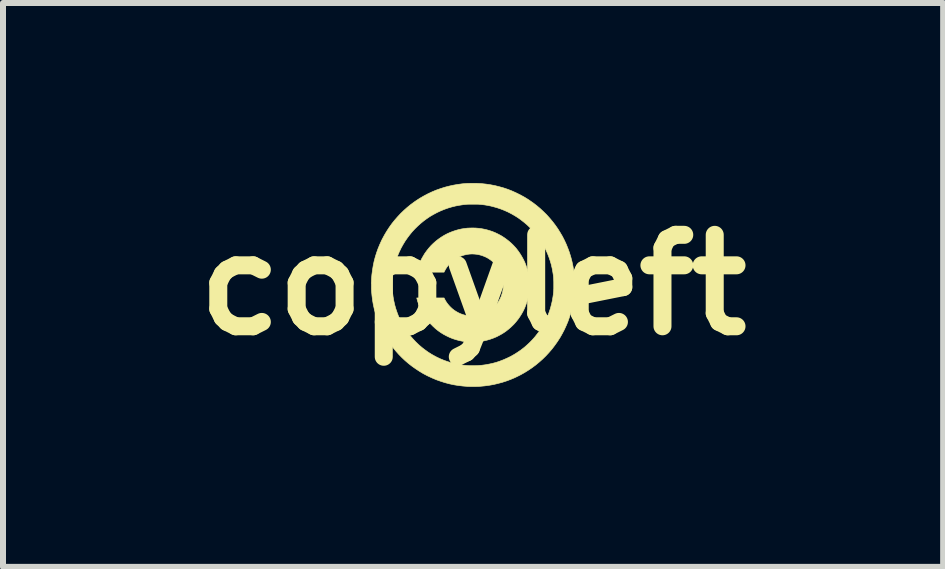
<source format=kicad_pcb>
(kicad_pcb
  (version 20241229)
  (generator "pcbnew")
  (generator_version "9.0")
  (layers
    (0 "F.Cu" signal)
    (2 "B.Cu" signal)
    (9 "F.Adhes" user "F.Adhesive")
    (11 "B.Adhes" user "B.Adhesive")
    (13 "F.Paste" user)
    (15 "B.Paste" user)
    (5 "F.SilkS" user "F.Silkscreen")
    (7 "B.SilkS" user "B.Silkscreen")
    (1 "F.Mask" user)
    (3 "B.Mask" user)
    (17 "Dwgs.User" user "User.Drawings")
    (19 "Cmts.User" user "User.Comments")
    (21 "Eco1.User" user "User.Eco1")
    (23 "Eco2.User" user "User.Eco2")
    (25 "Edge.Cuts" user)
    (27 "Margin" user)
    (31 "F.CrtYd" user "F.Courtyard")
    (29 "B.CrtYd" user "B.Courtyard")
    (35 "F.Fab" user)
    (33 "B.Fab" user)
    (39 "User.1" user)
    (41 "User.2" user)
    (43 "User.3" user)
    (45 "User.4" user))
  (footprint "copyleft"
    (layer "F.Cu")
    (at 4.833 1.698)
    (property "Reference" "copyleft" (at 0 0 0) (layer "F.SilkS") (effects (font (size 1.524 1.524) (thickness 0.3))))
    (attr through_hole)
    (fp_poly (pts (xy 0.039 -0.948) (xy 0.088 -0.944) (xy 0.136 -0.938) (xy 0.184 -0.929) (xy 0.231 -0.918) (xy 0.263 -0.909) (xy 0.316 -0.892) (xy 0.368 -0.871) (xy 0.418 -0.847) (xy 0.467 -0.821) (xy 0.513 -0.792) (xy 0.558 -0.76) (xy 0.601 -0.726) (xy 0.642 -0.69) (xy 0.681 -0.651) (xy 0.718 -0.61) (xy 0.752 -0.566) (xy 0.783 -0.521) (xy 0.812 -0.474) (xy 0.839 -0.425) (xy 0.863 -0.375) (xy 0.883 -0.323) (xy 0.892 -0.296) (xy 0.908 -0.244) (xy 0.921 -0.191) (xy 0.93 -0.136) (xy 0.936 -0.081) (xy 0.939 -0.025) (xy 0.939 0.03) (xy 0.936 0.086) (xy 0.934 0.112) (xy 0.926 0.167) (xy 0.915 0.221) (xy 0.9 0.275) (xy 0.882 0.328) (xy 0.862 0.38) (xy 0.838 0.431) (xy 0.811 0.48) (xy 0.781 0.528) (xy 0.749 0.574) (xy 0.748 0.575) (xy 0.715 0.616) (xy 0.68 0.656) (xy 0.642 0.693) (xy 0.602 0.729) (xy 0.561 0.762) (xy 0.54 0.778) (xy 0.493 0.809) (xy 0.444 0.837) (xy 0.394 0.863) (xy 0.342 0.885) (xy 0.289 0.904) (xy 0.235 0.92) (xy 0.18 0.933) (xy 0.124 0.943) (xy 0.067 0.95) (xy 0.065 0.95) (xy 0.053 0.951) (xy 0.038 0.951) (xy 0.022 0.952) (xy 0.004 0.952) (xy -0.013 0.952) (xy -0.03 0.952) (xy -0.045 0.952) (xy -0.059 0.952) (xy -0.064 0.952) (xy -0.121 0.947) (xy -0.177 0.938) (xy -0.232 0.927) (xy -0.286 0.912) (xy -0.339 0.895) (xy -0.391 0.874) (xy -0.441 0.85) (xy -0.49 0.824) (xy -0.537 0.795) (xy -0.582 0.763) (xy -0.626 0.728) (xy -0.667 0.69) (xy -0.707 0.65) (xy -0.744 0.608) (xy -0.773 0.572) (xy -0.804 0.527) (xy -0.833 0.481) (xy -0.859 0.433) (xy -0.882 0.383) (xy -0.903 0.332) (xy -0.921 0.28) (xy -0.933 0.237) (xy -0.938 0.217) (xy -0.711 0.217) (xy -0.483 0.217) (xy -0.473 0.237) (xy -0.453 0.273) (xy -0.43 0.307) (xy -0.404 0.339) (xy -0.376 0.369) (xy -0.346 0.397) (xy -0.314 0.422) (xy -0.28 0.444) (xy -0.244 0.464) (xy -0.207 0.481) (xy -0.168 0.495) (xy -0.144 0.502) (xy -0.116 0.508) (xy -0.091 0.513) (xy -0.065 0.516) (xy -0.038 0.518) (xy -0.012 0.519) (xy 0.011 0.518) (xy 0.032 0.517) (xy 0.051 0.515) (xy 0.072 0.512) (xy 0.089 0.509) (xy 0.13 0.499) (xy 0.169 0.486) (xy 0.207 0.47) (xy 0.243 0.451) (xy 0.278 0.429) (xy 0.311 0.405) (xy 0.342 0.378) (xy 0.371 0.348) (xy 0.398 0.316) (xy 0.422 0.282) (xy 0.426 0.276) (xy 0.432 0.266) (xy 0.439 0.254) (xy 0.446 0.24) (xy 0.453 0.226) (xy 0.46 0.211) (xy 0.466 0.198) (xy 0.47 0.187) (xy 0.471 0.185) (xy 0.482 0.151) (xy 0.492 0.116) (xy 0.499 0.081) (xy 0.502 0.061) (xy 0.502 0.053) (xy 0.503 0.043) (xy 0.503 0.031) (xy 0.504 0.018) (xy 0.504 0.004) (xy 0.504 0.002) (xy 0.504 -0.016) (xy 0.503 -0.032) (xy 0.502 -0.046) (xy 0.501 -0.059) (xy 0.5 -0.072) (xy 0.497 -0.086) (xy 0.494 -0.1) (xy 0.485 -0.139) (xy 0.472 -0.177) (xy 0.457 -0.215) (xy 0.439 -0.251) (xy 0.418 -0.285) (xy 0.403 -0.306) (xy 0.376 -0.339) (xy 0.348 -0.369) (xy 0.318 -0.396) (xy 0.285 -0.421) (xy 0.252 -0.443) (xy 0.217 -0.462) (xy 0.18 -0.478) (xy 0.142 -0.492) (xy 0.104 -0.502) (xy 0.065 -0.51) (xy 0.025 -0.514) (xy -0.016 -0.516) (xy -0.056 -0.514) (xy -0.097 -0.509) (xy -0.137 -0.5) (xy -0.14 -0.5) (xy -0.163 -0.493) (xy -0.185 -0.486) (xy -0.207 -0.477) (xy -0.23 -0.467) (xy -0.241 -0.461) (xy -0.274 -0.444) (xy -0.305 -0.425) (xy -0.333 -0.404) (xy -0.361 -0.38) (xy -0.377 -0.365) (xy -0.4 -0.34) (xy -0.421 -0.315) (xy -0.44 -0.29) (xy -0.443 -0.285) (xy -0.45 -0.274) (xy -0.458 -0.261) (xy -0.465 -0.248) (xy -0.472 -0.235) (xy -0.478 -0.224) (xy -0.479 -0.221) (xy -0.483 -0.213) (xy -0.938 -0.213) (xy -0.933 -0.233) (xy -0.918 -0.285) (xy -0.9 -0.336) (xy -0.879 -0.387) (xy -0.856 -0.436) (xy -0.829 -0.483) (xy -0.805 -0.523) (xy -0.772 -0.569) (xy -0.737 -0.613) (xy -0.7 -0.655) (xy -0.66 -0.694) (xy -0.618 -0.731) (xy -0.574 -0.765) (xy -0.528 -0.797) (xy -0.481 -0.826) (xy -0.432 -0.852) (xy -0.381 -0.875) (xy -0.328 -0.895) (xy -0.282 -0.91) (xy -0.235 -0.923) (xy -0.189 -0.933) (xy -0.143 -0.94) (xy -0.097 -0.946) (xy -0.049 -0.948) (xy -0.012 -0.949) (xy 0.039 -0.948)) (stroke (width 0.01) (type solid)) (fill yes) (layer "F.SilkS"))
    (fp_poly (pts (xy 0.052 -1.693) (xy 0.091 -1.691) (xy 0.129 -1.689) (xy 0.143 -1.688) (xy 0.217 -1.68) (xy 0.291 -1.669) (xy 0.364 -1.655) (xy 0.436 -1.637) (xy 0.508 -1.617) (xy 0.579 -1.593) (xy 0.648 -1.566) (xy 0.717 -1.535) (xy 0.784 -1.502) (xy 0.85 -1.466) (xy 0.914 -1.427) (xy 0.939 -1.41) (xy 1.001 -1.367) (xy 1.061 -1.321) (xy 1.118 -1.273) (xy 1.173 -1.222) (xy 1.226 -1.17) (xy 1.276 -1.114) (xy 1.324 -1.057) (xy 1.369 -0.998) (xy 1.412 -0.937) (xy 1.451 -0.874) (xy 1.489 -0.81) (xy 1.523 -0.743) (xy 1.554 -0.676) (xy 1.582 -0.606) (xy 1.608 -0.536) (xy 1.61 -0.528) (xy 1.631 -0.459) (xy 1.649 -0.389) (xy 1.664 -0.319) (xy 1.676 -0.248) (xy 1.685 -0.176) (xy 1.691 -0.103) (xy 1.692 -0.093) (xy 1.692 -0.08) (xy 1.693 -0.065) (xy 1.693 -0.048) (xy 1.693 -0.029) (xy 1.693 -0.01) (xy 1.693 0.01) (xy 1.693 0.03) (xy 1.693 0.048) (xy 1.693 0.065) (xy 1.692 0.08) (xy 1.692 0.093) (xy 1.686 0.169) (xy 1.676 0.245) (xy 1.664 0.319) (xy 1.648 0.393) (xy 1.629 0.466) (xy 1.607 0.537) (xy 1.582 0.608) (xy 1.553 0.677) (xy 1.522 0.745) (xy 1.487 0.812) (xy 1.45 0.877) (xy 1.409 0.941) (xy 1.404 0.948) (xy 1.36 1.01) (xy 1.314 1.07) (xy 1.265 1.127) (xy 1.214 1.182) (xy 1.16 1.235) (xy 1.104 1.285) (xy 1.046 1.333) (xy 0.986 1.378) (xy 0.924 1.42) (xy 0.86 1.46) (xy 0.794 1.497) (xy 0.763 1.513) (xy 0.695 1.546) (xy 0.626 1.575) (xy 0.556 1.601) (xy 0.485 1.624) (xy 0.413 1.643) (xy 0.341 1.66) (xy 0.267 1.673) (xy 0.192 1.683) (xy 0.116 1.69) (xy 0.091 1.692) (xy 0.081 1.692) (xy 0.068 1.692) (xy 0.052 1.693) (xy 0.035 1.693) (xy 0.017 1.693) (xy -0.002 1.693) (xy -0.021 1.693) (xy -0.039 1.693) (xy -0.056 1.693) (xy -0.071 1.692) (xy -0.085 1.692) (xy -0.095 1.692) (xy -0.096 1.691) (xy -0.171 1.685) (xy -0.247 1.676) (xy -0.321 1.664) (xy -0.395 1.648) (xy -0.467 1.629) (xy -0.539 1.606) (xy -0.61 1.581) (xy -0.679 1.552) (xy -0.748 1.52) (xy -0.763 1.513) (xy -0.829 1.478) (xy -0.894 1.439) (xy -0.956 1.398) (xy -1.017 1.355) (xy -1.076 1.309) (xy -1.132 1.261) (xy -1.186 1.21) (xy -1.238 1.157) (xy -1.287 1.102) (xy -1.334 1.044) (xy -1.379 0.985) (xy -1.42 0.924) (xy -1.459 0.861) (xy -1.496 0.796) (xy -1.529 0.73) (xy -1.56 0.662) (xy -1.588 0.592) (xy -1.609 0.531) (xy -1.63 0.462) (xy -1.648 0.392) (xy -1.663 0.323) (xy -1.675 0.252) (xy -1.684 0.181) (xy -1.691 0.107) (xy -1.692 0.093) (xy -1.692 0.08) (xy -1.693 0.065) (xy -1.693 0.048) (xy -1.693 0.029) (xy -1.693 0.022) (xy -1.346 0.022) (xy -1.345 0.075) (xy -1.341 0.126) (xy -1.34 0.134) (xy -1.332 0.2) (xy -1.32 0.266) (xy -1.306 0.33) (xy -1.288 0.394) (xy -1.267 0.456) (xy -1.244 0.517) (xy -1.217 0.577) (xy -1.187 0.635) (xy -1.155 0.692) (xy -1.12 0.748) (xy -1.082 0.801) (xy -1.042 0.853) (xy -0.999 0.902) (xy -0.954 0.95) (xy -0.906 0.996) (xy -0.857 1.039) (xy -0.804 1.08) (xy -0.75 1.119) (xy -0.693 1.155) (xy -0.66 1.174) (xy -0.602 1.205) (xy -0.542 1.233) (xy -0.481 1.258) (xy -0.418 1.28) (xy -0.354 1.299) (xy -0.29 1.315) (xy -0.225 1.328) (xy -0.212 1.33) (xy -0.193 1.333) (xy -0.173 1.336) (xy -0.153 1.338) (xy -0.133 1.34) (xy -0.111 1.342) (xy -0.086 1.344) (xy -0.071 1.345) (xy -0.065 1.345) (xy -0.056 1.346) (xy -0.044 1.346) (xy -0.031 1.346) (xy -0.016 1.346) (xy -0.001 1.346) (xy 0.015 1.346) (xy 0.03 1.346) (xy 0.045 1.345) (xy 0.058 1.345) (xy 0.069 1.345) (xy 0.077 1.345) (xy 0.08 1.344) (xy 0.144 1.339) (xy 0.206 1.331) (xy 0.266 1.32) (xy 0.318 1.309) (xy 0.383 1.292) (xy 0.446 1.271) (xy 0.508 1.247) (xy 0.569 1.22) (xy 0.629 1.191) (xy 0.687 1.158) (xy 0.744 1.122) (xy 0.799 1.084) (xy 0.852 1.043) (xy 0.858 1.038) (xy 0.889 1.011) (xy 0.922 0.981) (xy 0.954 0.95) (xy 0.985 0.918) (xy 1.015 0.885) (xy 1.038 0.858) (xy 1.079 0.805) (xy 1.118 0.751) (xy 1.154 0.695) (xy 1.187 0.637) (xy 1.217 0.577) (xy 1.244 0.517) (xy 1.268 0.455) (xy 1.289 0.392) (xy 1.306 0.328) (xy 1.321 0.264) (xy 1.332 0.198) (xy 1.338 0.157) (xy 1.339 0.141) (xy 1.341 0.127) (xy 1.342 0.114) (xy 1.343 0.102) (xy 1.344 0.09) (xy 1.344 0.077) (xy 1.345 0.064) (xy 1.345 0.049) (xy 1.345 0.032) (xy 1.345 0.013) (xy 1.345 0) (xy 1.345 -0.028) (xy 1.345 -0.053) (xy 1.344 -0.076) (xy 1.343 -0.098) (xy 1.342 -0.118) (xy 1.34 -0.139) (xy 1.338 -0.159) (xy 1.335 -0.181) (xy 1.331 -0.204) (xy 1.33 -0.212) (xy 1.318 -0.278) (xy 1.303 -0.342) (xy 1.284 -0.406) (xy 1.263 -0.467) (xy 1.239 -0.528) (xy 1.212 -0.587) (xy 1.182 -0.645) (xy 1.15 -0.701) (xy 1.115 -0.755) (xy 1.078 -0.807) (xy 1.038 -0.858) (xy 0.996 -0.906) (xy 0.951 -0.953) (xy 0.905 -0.997) (xy 0.856 -1.039) (xy 0.805 -1.079) (xy 0.753 -1.117) (xy 0.698 -1.152) (xy 0.642 -1.184) (xy 0.584 -1.214) (xy 0.524 -1.241) (xy 0.463 -1.265) (xy 0.401 -1.286) (xy 0.337 -1.304) (xy 0.289 -1.316) (xy 0.243 -1.325) (xy 0.196 -1.333) (xy 0.148 -1.339) (xy 0.113 -1.342) (xy 0.104 -1.343) (xy 0.095 -1.344) (xy 0.085 -1.344) (xy 0.073 -1.345) (xy 0.061 -1.345) (xy 0.046 -1.345) (xy 0.029 -1.345) (xy 0.01 -1.345) (xy 0.001 -1.345) (xy -0.02 -1.345) (xy -0.039 -1.345) (xy -0.055 -1.345) (xy -0.069 -1.345) (xy -0.082 -1.344) (xy -0.094 -1.344) (xy -0.106 -1.343) (xy -0.119 -1.342) (xy -0.132 -1.34) (xy -0.146 -1.339) (xy -0.157 -1.338) (xy -0.223 -1.328) (xy -0.288 -1.316) (xy -0.353 -1.3) (xy -0.417 -1.281) (xy -0.479 -1.259) (xy -0.54 -1.234) (xy -0.6 -1.206) (xy -0.658 -1.175) (xy -0.715 -1.142) (xy -0.77 -1.105) (xy -0.823 -1.066) (xy -0.874 -1.024) (xy -0.923 -0.98) (xy -0.971 -0.933) (xy -1.016 -0.884) (xy -1.058 -0.832) (xy -1.095 -0.783) (xy -1.133 -0.728) (xy -1.168 -0.67) (xy -1.2 -0.612) (xy -1.229 -0.551) (xy -1.255 -0.49) (xy -1.277 -0.427) (xy -1.297 -0.363) (xy -1.313 -0.299) (xy -1.327 -0.233) (xy -1.336 -0.167) (xy -1.34 -0.134) (xy -1.344 -0.083) (xy -1.346 -0.031) (xy -1.346 0.022) (xy -1.693 0.022) (xy -1.693 0.01) (xy -1.693 -0.01) (xy -1.693 -0.03) (xy -1.693 -0.048) (xy -1.693 -0.065) (xy -1.692 -0.08) (xy -1.692 -0.093) (xy -1.686 -0.169) (xy -1.676 -0.245) (xy -1.664 -0.319) (xy -1.649 -0.392) (xy -1.63 -0.464) (xy -1.608 -0.535) (xy -1.583 -0.605) (xy -1.554 -0.675) (xy -1.523 -0.743) (xy -1.513 -0.763) (xy -1.477 -0.83) (xy -1.439 -0.894) (xy -1.398 -0.957) (xy -1.354 -1.019) (xy -1.307 -1.078) (xy -1.258 -1.134) (xy -1.207 -1.189) (xy -1.153 -1.241) (xy -1.097 -1.291) (xy -1.038 -1.339) (xy -0.977 -1.384) (xy -0.948 -1.404) (xy -0.885 -1.445) (xy -0.819 -1.483) (xy -0.753 -1.518) (xy -0.685 -1.55) (xy -0.616 -1.579) (xy -0.545 -1.604) (xy -0.474 -1.627) (xy -0.401 -1.646) (xy -0.328 -1.662) (xy -0.253 -1.675) (xy -0.178 -1.685) (xy -0.142 -1.688) (xy -0.107 -1.691) (xy -0.069 -1.692) (xy -0.029 -1.693) (xy 0.011 -1.693) (xy 0.052 -1.693)) (stroke (width 0.01) (type solid)) (fill yes) (layer "F.SilkS")))
  (gr_rect
    (start -3 -3)
    (end 12.667 6.397)
    (stroke (width 0.1) (type default))
    (fill no)
    (layer "Edge.Cuts")))
</source>
